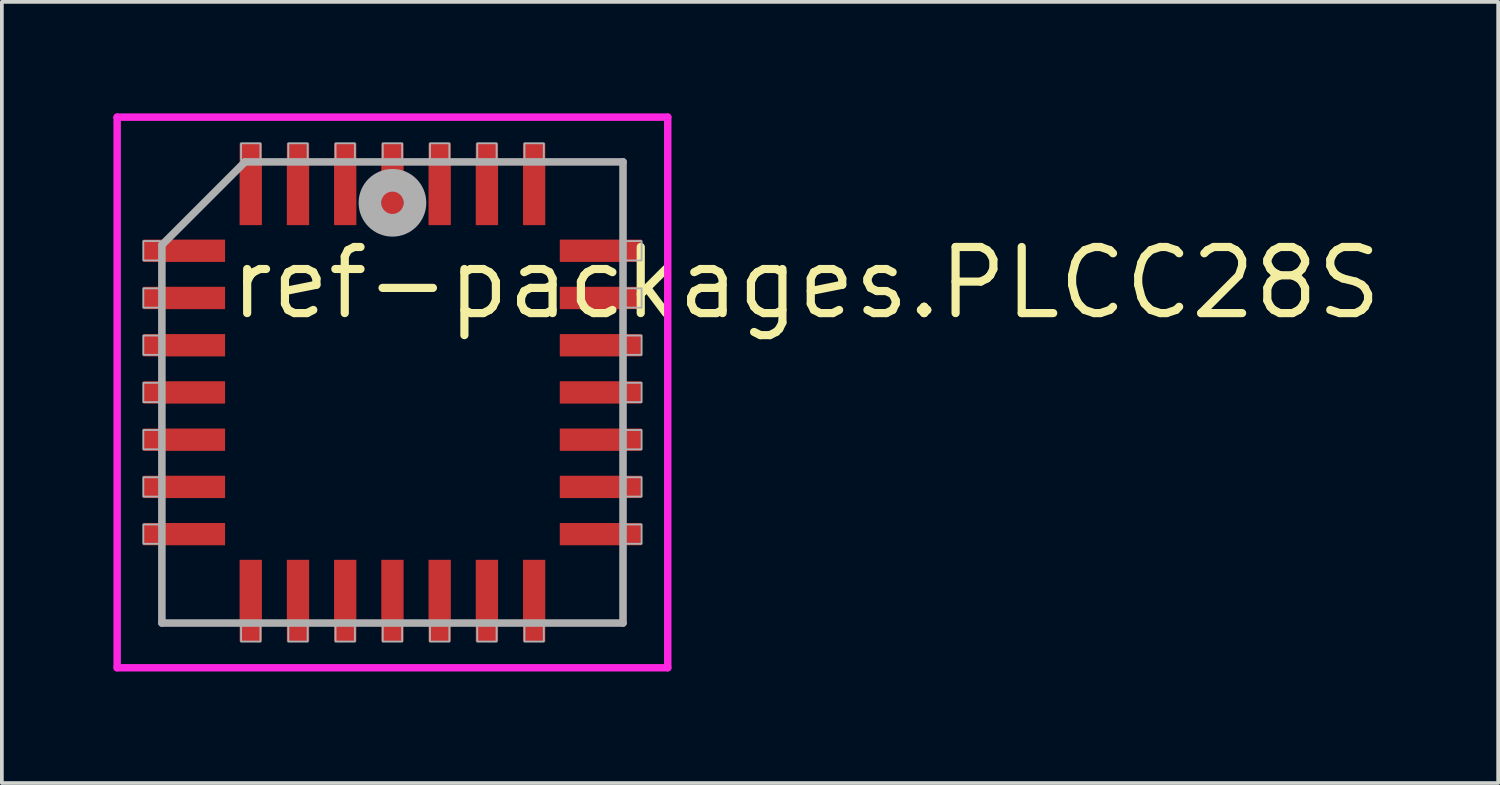
<source format=kicad_pcb>
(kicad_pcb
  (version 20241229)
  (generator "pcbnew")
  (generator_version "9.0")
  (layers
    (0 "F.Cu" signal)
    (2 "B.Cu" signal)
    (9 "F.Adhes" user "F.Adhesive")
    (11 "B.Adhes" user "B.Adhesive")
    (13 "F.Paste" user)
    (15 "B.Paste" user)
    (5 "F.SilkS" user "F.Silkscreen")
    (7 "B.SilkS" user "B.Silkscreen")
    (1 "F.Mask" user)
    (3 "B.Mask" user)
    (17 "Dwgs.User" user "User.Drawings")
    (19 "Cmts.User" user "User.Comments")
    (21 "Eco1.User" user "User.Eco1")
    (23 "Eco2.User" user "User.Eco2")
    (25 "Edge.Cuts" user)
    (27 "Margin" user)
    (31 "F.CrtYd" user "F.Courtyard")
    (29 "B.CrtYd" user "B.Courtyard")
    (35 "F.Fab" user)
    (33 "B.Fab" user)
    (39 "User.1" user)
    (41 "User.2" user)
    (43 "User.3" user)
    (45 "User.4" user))
  (footprint "ref-packages.PLCC28S"
    (layer "F.Cu")
    (at 7.503 7.503)
    (property "Reference" "ref-packages.PLCC28S" (at -4.475 -1.905 0) (layer "F.SilkS") (effects (font (size 1.778 1.778) (thickness 0.22)) (justify left bottom)))
    (attr smd)
    (fp_line (start -7.403 -7.403) (end 7.403 -7.403) (stroke (width 0.2) (type default)) (layer "F.CrtYd"))
    (fp_line (start -7.403 7.403) (end -7.403 -7.403) (stroke (width 0.2) (type default)) (layer "F.CrtYd"))
    (fp_line (start 7.403 -7.403) (end 7.403 7.403) (stroke (width 0.2) (type default)) (layer "F.CrtYd"))
    (fp_line (start 7.403 7.403) (end -7.403 7.403) (stroke (width 0.2) (type default)) (layer "F.CrtYd"))
    (fp_line (start -6.2 -3.965) (end -6.2 6.2) (stroke (width 0.203) (type default)) (layer "F.Fab"))
    (fp_line (start -6.2 6.2) (end 6.2 6.2) (stroke (width 0.203) (type default)) (layer "F.Fab"))
    (fp_line (start -3.965 -6.2) (end -6.2 -3.965) (stroke (width 0.203) (type default)) (layer "F.Fab"))
    (fp_line (start 6.2 -6.2) (end -3.965 -6.2) (stroke (width 0.203) (type default)) (layer "F.Fab"))
    (fp_line (start 6.2 6.2) (end 6.2 -6.2) (stroke (width 0.203) (type default)) (layer "F.Fab"))
    (fp_rect (start -6.7 -3.55) (end -6.25 -4.07) (stroke (width 0.05) (type default)) (fill no) (layer "F.Fab"))
    (fp_rect (start -6.7 -2.28) (end -6.25 -2.8) (stroke (width 0.05) (type default)) (fill no) (layer "F.Fab"))
    (fp_rect (start -6.7 -1.01) (end -6.25 -1.53) (stroke (width 0.05) (type default)) (fill no) (layer "F.Fab"))
    (fp_rect (start -6.7 0.26) (end -6.25 -0.26) (stroke (width 0.05) (type default)) (fill no) (layer "F.Fab"))
    (fp_rect (start -6.7 1.53) (end -6.25 1.01) (stroke (width 0.05) (type default)) (fill no) (layer "F.Fab"))
    (fp_rect (start -6.7 2.8) (end -6.25 2.28) (stroke (width 0.05) (type default)) (fill no) (layer "F.Fab"))
    (fp_rect (start -6.7 4.07) (end -6.25 3.55) (stroke (width 0.05) (type default)) (fill no) (layer "F.Fab"))
    (fp_rect (start -4.07 -6.25) (end -3.55 -6.7) (stroke (width 0.05) (type default)) (fill no) (layer "F.Fab"))
    (fp_rect (start -4.07 6.7) (end -3.55 6.25) (stroke (width 0.05) (type default)) (fill no) (layer "F.Fab"))
    (fp_rect (start -2.8 -6.25) (end -2.28 -6.7) (stroke (width 0.05) (type default)) (fill no) (layer "F.Fab"))
    (fp_rect (start -2.8 6.7) (end -2.28 6.25) (stroke (width 0.05) (type default)) (fill no) (layer "F.Fab"))
    (fp_rect (start -1.53 -6.25) (end -1.01 -6.7) (stroke (width 0.05) (type default)) (fill no) (layer "F.Fab"))
    (fp_rect (start -1.53 6.7) (end -1.01 6.25) (stroke (width 0.05) (type default)) (fill no) (layer "F.Fab"))
    (fp_rect (start -0.26 -6.25) (end 0.26 -6.7) (stroke (width 0.05) (type default)) (fill no) (layer "F.Fab"))
    (fp_rect (start -0.26 6.7) (end 0.26 6.25) (stroke (width 0.05) (type default)) (fill no) (layer "F.Fab"))
    (fp_rect (start 1.01 -6.25) (end 1.53 -6.7) (stroke (width 0.05) (type default)) (fill no) (layer "F.Fab"))
    (fp_rect (start 1.01 6.7) (end 1.53 6.25) (stroke (width 0.05) (type default)) (fill no) (layer "F.Fab"))
    (fp_rect (start 2.28 -6.25) (end 2.8 -6.7) (stroke (width 0.05) (type default)) (fill no) (layer "F.Fab"))
    (fp_rect (start 2.28 6.7) (end 2.8 6.25) (stroke (width 0.05) (type default)) (fill no) (layer "F.Fab"))
    (fp_rect (start 3.55 -6.25) (end 4.07 -6.7) (stroke (width 0.05) (type default)) (fill no) (layer "F.Fab"))
    (fp_rect (start 3.55 6.7) (end 4.07 6.25) (stroke (width 0.05) (type default)) (fill no) (layer "F.Fab"))
    (fp_rect (start 6.25 -3.55) (end 6.7 -4.07) (stroke (width 0.05) (type default)) (fill no) (layer "F.Fab"))
    (fp_rect (start 6.25 -2.28) (end 6.7 -2.8) (stroke (width 0.05) (type default)) (fill no) (layer "F.Fab"))
    (fp_rect (start 6.25 -1.01) (end 6.7 -1.53) (stroke (width 0.05) (type default)) (fill no) (layer "F.Fab"))
    (fp_rect (start 6.25 0.26) (end 6.7 -0.26) (stroke (width 0.05) (type default)) (fill no) (layer "F.Fab"))
    (fp_rect (start 6.25 1.53) (end 6.7 1.01) (stroke (width 0.05) (type default)) (fill no) (layer "F.Fab"))
    (fp_rect (start 6.25 2.8) (end 6.7 2.28) (stroke (width 0.05) (type default)) (fill no) (layer "F.Fab"))
    (fp_rect (start 6.25 4.07) (end 6.7 3.55) (stroke (width 0.05) (type default)) (fill no) (layer "F.Fab"))
    (fp_circle (center 0 -5.1) (end 0.3 -5.1) (stroke (width 0.61) (type default)) (fill no) (layer "F.Fab"))
    (pad "1" smd roundrect (at 0 -5.6) (size 0.6 2.2) (layers "F.Cu" "F.Mask" "F.Paste") (roundrect_rratio 0.01))
    (pad "2" smd roundrect (at -1.27 -5.6) (size 0.6 2.2) (layers "F.Cu" "F.Mask" "F.Paste") (roundrect_rratio 0.01))
    (pad "3" smd roundrect (at -2.54 -5.6) (size 0.6 2.2) (layers "F.Cu" "F.Mask" "F.Paste") (roundrect_rratio 0.01))
    (pad "4" smd roundrect (at -3.81 -5.6) (size 0.6 2.2) (layers "F.Cu" "F.Mask" "F.Paste") (roundrect_rratio 0.01))
    (pad "5" smd roundrect (at -5.6 -3.81) (size 2.2 0.6) (layers "F.Cu" "F.Mask" "F.Paste") (roundrect_rratio 0.01))
    (pad "6" smd roundrect (at -5.6 -2.54) (size 2.2 0.6) (layers "F.Cu" "F.Mask" "F.Paste") (roundrect_rratio 0.01))
    (pad "7" smd roundrect (at -5.6 -1.27) (size 2.2 0.6) (layers "F.Cu" "F.Mask" "F.Paste") (roundrect_rratio 0.01))
    (pad "8" smd roundrect (at -5.6 0) (size 2.2 0.6) (layers "F.Cu" "F.Mask" "F.Paste") (roundrect_rratio 0.01))
    (pad "9" smd roundrect (at -5.6 1.27) (size 2.2 0.6) (layers "F.Cu" "F.Mask" "F.Paste") (roundrect_rratio 0.01))
    (pad "10" smd roundrect (at -5.6 2.54) (size 2.2 0.6) (layers "F.Cu" "F.Mask" "F.Paste") (roundrect_rratio 0.01))
    (pad "11" smd roundrect (at -5.6 3.81) (size 2.2 0.6) (layers "F.Cu" "F.Mask" "F.Paste") (roundrect_rratio 0.01))
    (pad "12" smd roundrect (at -3.81 5.6) (size 0.6 2.2) (layers "F.Cu" "F.Mask" "F.Paste") (roundrect_rratio 0.01))
    (pad "13" smd roundrect (at -2.54 5.6) (size 0.6 2.2) (layers "F.Cu" "F.Mask" "F.Paste") (roundrect_rratio 0.01))
    (pad "14" smd roundrect (at -1.27 5.6) (size 0.6 2.2) (layers "F.Cu" "F.Mask" "F.Paste") (roundrect_rratio 0.01))
    (pad "15" smd roundrect (at 0 5.6) (size 0.6 2.2) (layers "F.Cu" "F.Mask" "F.Paste") (roundrect_rratio 0.01))
    (pad "16" smd roundrect (at 1.27 5.6) (size 0.6 2.2) (layers "F.Cu" "F.Mask" "F.Paste") (roundrect_rratio 0.01))
    (pad "17" smd roundrect (at 2.54 5.6) (size 0.6 2.2) (layers "F.Cu" "F.Mask" "F.Paste") (roundrect_rratio 0.01))
    (pad "18" smd roundrect (at 3.81 5.6) (size 0.6 2.2) (layers "F.Cu" "F.Mask" "F.Paste") (roundrect_rratio 0.01))
    (pad "19" smd roundrect (at 5.6 3.81) (size 2.2 0.6) (layers "F.Cu" "F.Mask" "F.Paste") (roundrect_rratio 0.01))
    (pad "20" smd roundrect (at 5.6 2.54) (size 2.2 0.6) (layers "F.Cu" "F.Mask" "F.Paste") (roundrect_rratio 0.01))
    (pad "21" smd roundrect (at 5.6 1.27) (size 2.2 0.6) (layers "F.Cu" "F.Mask" "F.Paste") (roundrect_rratio 0.01))
    (pad "22" smd roundrect (at 5.6 0) (size 2.2 0.6) (layers "F.Cu" "F.Mask" "F.Paste") (roundrect_rratio 0.01))
    (pad "23" smd roundrect (at 5.6 -1.27) (size 2.2 0.6) (layers "F.Cu" "F.Mask" "F.Paste") (roundrect_rratio 0.01))
    (pad "24" smd roundrect (at 5.6 -2.54) (size 2.2 0.6) (layers "F.Cu" "F.Mask" "F.Paste") (roundrect_rratio 0.01))
    (pad "25" smd roundrect (at 5.6 -3.81) (size 2.2 0.6) (layers "F.Cu" "F.Mask" "F.Paste") (roundrect_rratio 0.01))
    (pad "26" smd roundrect (at 3.81 -5.6) (size 0.6 2.2) (layers "F.Cu" "F.Mask" "F.Paste") (roundrect_rratio 0.01))
    (pad "27" smd roundrect (at 2.54 -5.6) (size 0.6 2.2) (layers "F.Cu" "F.Mask" "F.Paste") (roundrect_rratio 0.01))
    (pad "28" smd roundrect (at 1.27 -5.6) (size 0.6 2.2) (layers "F.Cu" "F.Mask" "F.Paste") (roundrect_rratio 0.01)))
  (gr_rect
    (start -3 -3)
    (end 37.236 18.006)
    (stroke (width 0.1) (type default))
    (fill no)
    (layer "Edge.Cuts")))
</source>
